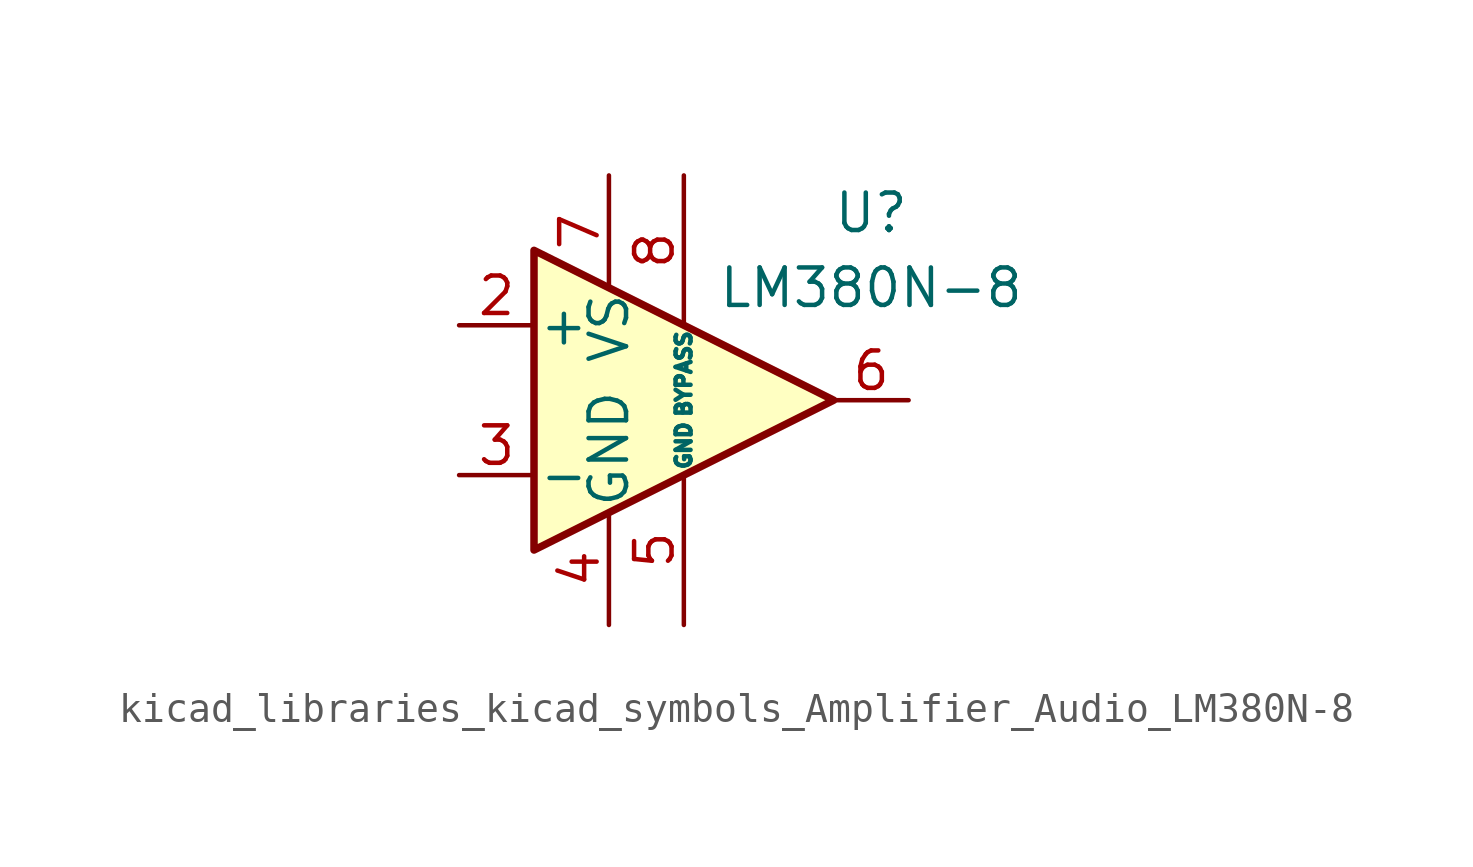
<source format=kicad_sym>
(kicad_symbol_lib
  (version 20220914)
  (generator kicad_symbol_editor)
  (symbol "kicad_libraries_kicad_symbols_Amplifier_Audio_LM380N-8"
    (pin_names
      (offset 0.127))
    (property "Reference" "U"
      (at 6.35 6.35 0)
      (effects (font (size 1.27 1.27))))
    (property "Value" "LM380N-8"
      (at 6.35 3.81 0)
      (effects (font (size 1.27 1.27))))
    (symbol "kicad_libraries_kicad_symbols_Amplifier_Audio_LM380N-8_0_1"
      (polyline (pts (xy -5.08 5.08) (xy 5.08 0) (xy -5.08 -5.08) (xy -5.08 5.08)) (stroke (width 0.254) (type default)) (fill (type background))))
    (symbol "kicad_libraries_kicad_symbols_Amplifier_Audio_LM380N-8_1_1"
      (pin no_connect line (at 0 2.54 270) (length 2.54) hide (name "NC" (effects (font (size 1.27 1.27)))) (number "1" (effects (font (size 1.27 1.27)))))
      (pin input line (at -7.62 2.54 0) (length 2.54) (name "+" (effects (font (size 1.27 1.27)))) (number "2" (effects (font (size 1.27 1.27)))))
      (pin input line (at -7.62 -2.54 0) (length 2.54) (name "-" (effects (font (size 1.27 1.27)))) (number "3" (effects (font (size 1.27 1.27)))))
      (pin power_in line (at -2.54 -7.62 90) (length 3.81) (name "GND" (effects (font (size 1.27 1.27)))) (number "4" (effects (font (size 1.27 1.27)))))
      (pin power_in line (at 0 -7.62 90) (length 5.08) (name "GND" (effects (font (size 0.508 0.508)))) (number "5" (effects (font (size 1.27 1.27)))))
      (pin output line (at 7.62 0 180) (length 2.54) (name "~" (effects (font (size 1.27 1.27)))) (number "6" (effects (font (size 1.27 1.27)))))
      (pin power_in line (at -2.54 7.62 270) (length 3.81) (name "VS" (effects (font (size 1.27 1.27)))) (number "7" (effects (font (size 1.27 1.27)))))
      (pin passive line (at 0 7.62 270) (length 5.08) (name "BYPASS" (effects (font (size 0.508 0.508)))) (number "8" (effects (font (size 1.27 1.27))))))))
</source>
